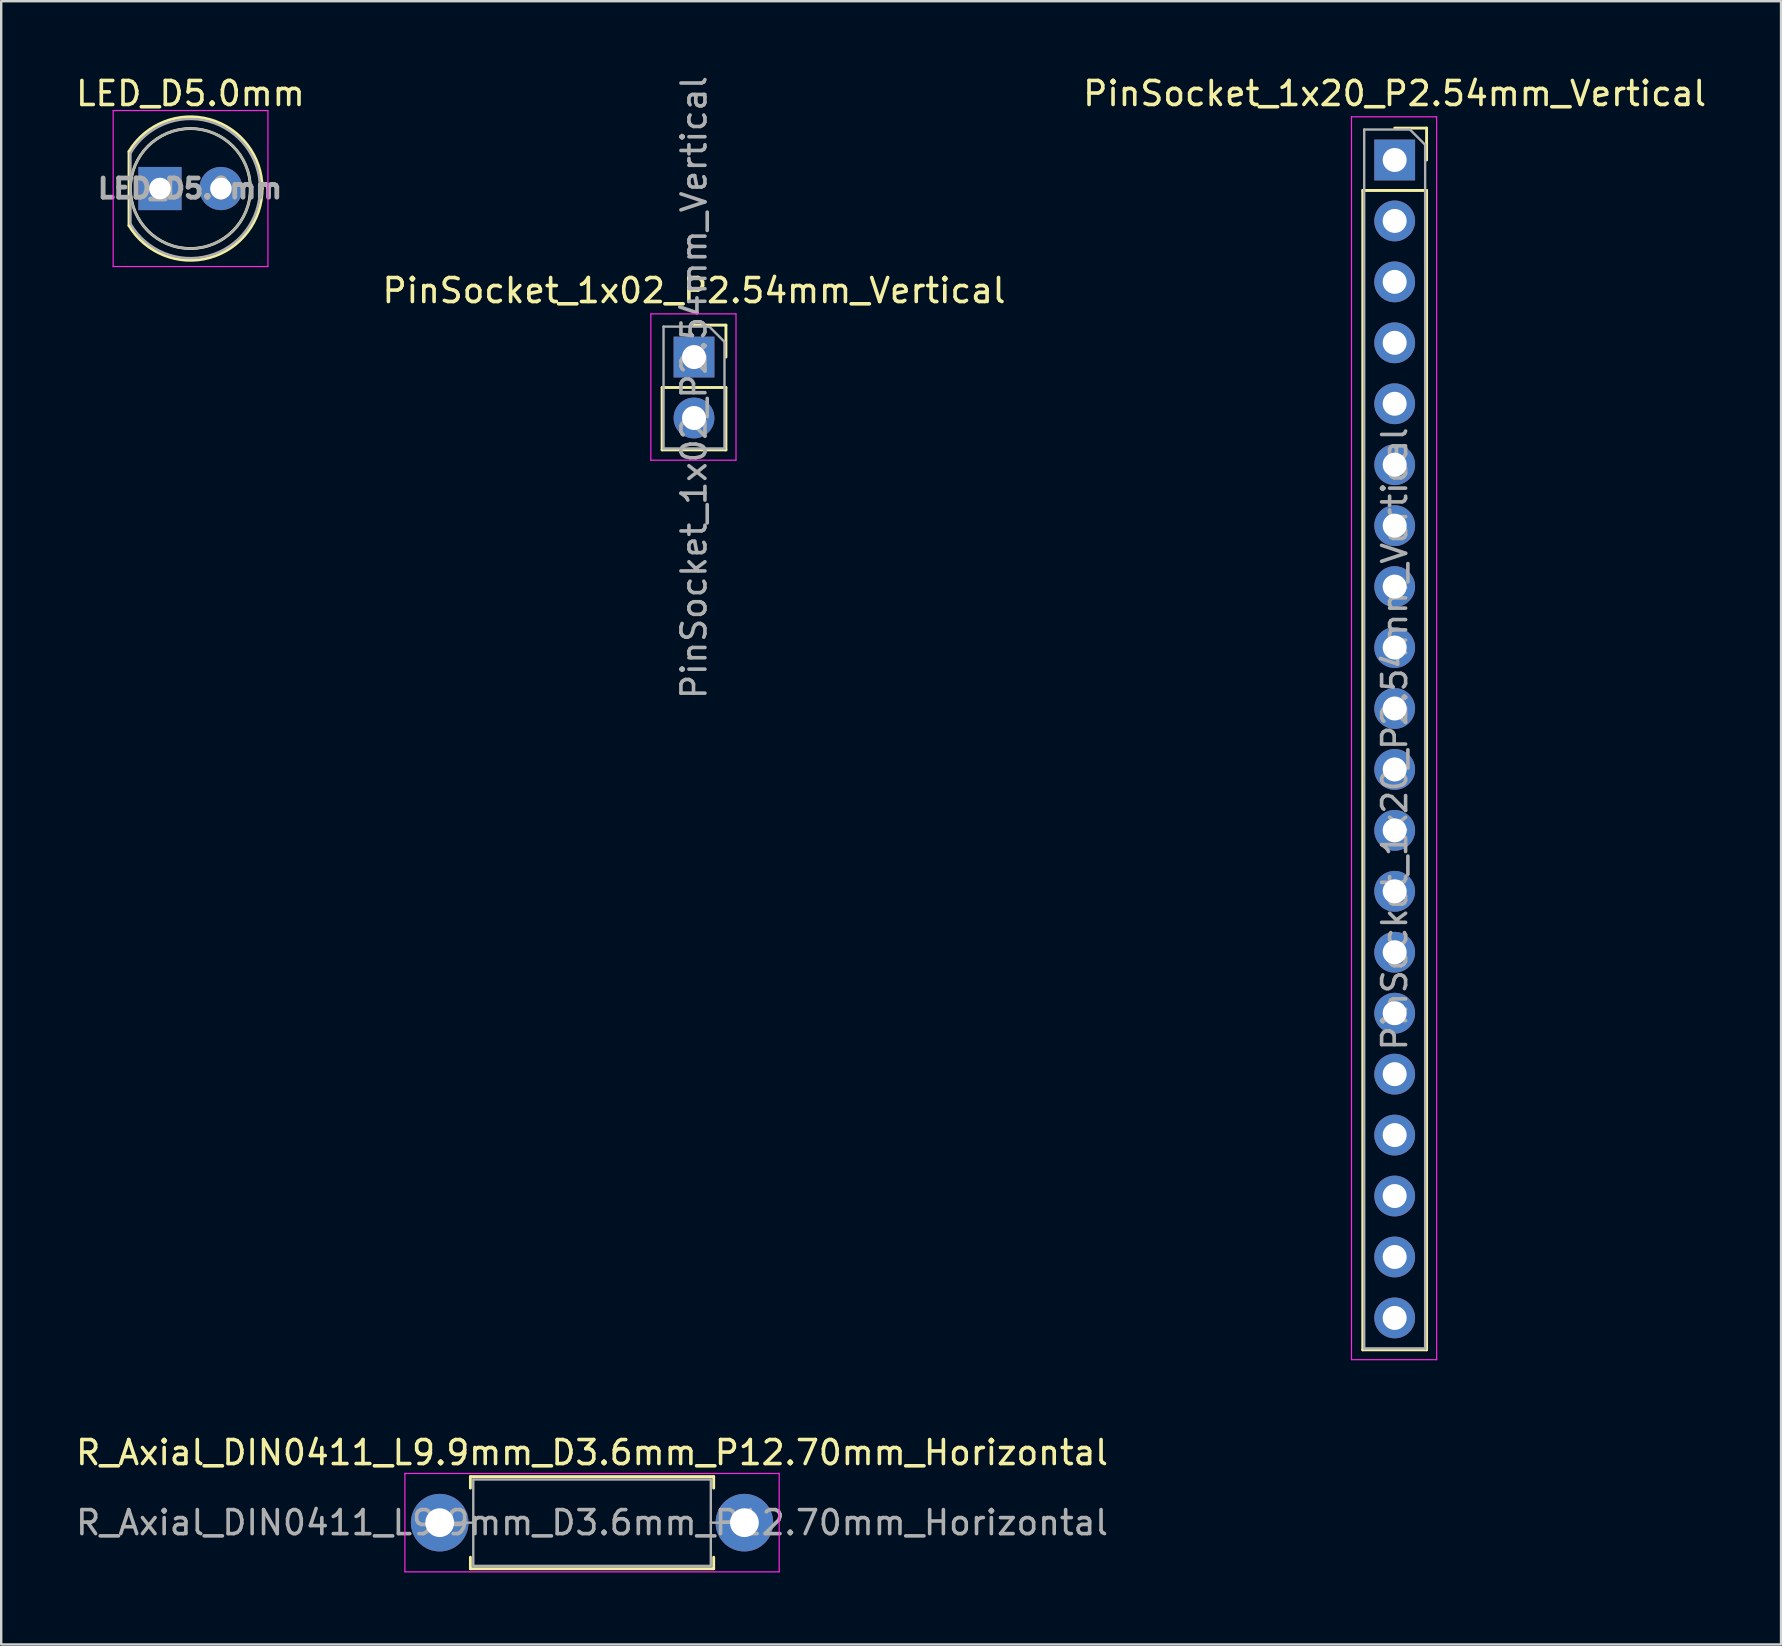
<source format=kicad_pcb>
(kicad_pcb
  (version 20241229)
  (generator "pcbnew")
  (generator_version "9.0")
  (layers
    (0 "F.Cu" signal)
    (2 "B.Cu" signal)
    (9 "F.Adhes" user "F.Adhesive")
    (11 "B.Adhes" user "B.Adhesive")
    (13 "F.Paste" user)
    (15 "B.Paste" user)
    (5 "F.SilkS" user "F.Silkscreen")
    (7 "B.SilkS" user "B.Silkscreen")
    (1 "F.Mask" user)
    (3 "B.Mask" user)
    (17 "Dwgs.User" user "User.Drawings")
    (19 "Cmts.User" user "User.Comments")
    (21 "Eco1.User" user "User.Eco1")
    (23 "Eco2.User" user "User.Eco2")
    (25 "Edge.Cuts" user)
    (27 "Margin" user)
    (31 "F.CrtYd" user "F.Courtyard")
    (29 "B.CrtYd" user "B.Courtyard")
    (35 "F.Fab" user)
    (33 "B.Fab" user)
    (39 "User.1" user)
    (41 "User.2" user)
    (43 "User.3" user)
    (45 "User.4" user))
  (footprint "PinSocket_1x20_P2.54mm_Vertical"
    (layer "F.Cu")
    (at 55.077 3.618)
    (property "Reference" "PinSocket_1x20_P2.54mm_Vertical" (at 0 -2.77 0) (layer "F.SilkS") (effects (font (size 1 1) (thickness 0.15))))
    (attr through_hole)
    (fp_line (start -1.33 1.27) (end -1.33 49.59) (stroke (width 0.12) (type solid)) (layer "F.SilkS"))
    (fp_line (start -1.33 1.27) (end 1.33 1.27) (stroke (width 0.12) (type solid)) (layer "F.SilkS"))
    (fp_line (start -1.33 49.59) (end 1.33 49.59) (stroke (width 0.12) (type solid)) (layer "F.SilkS"))
    (fp_line (start 0 -1.33) (end 1.33 -1.33) (stroke (width 0.12) (type solid)) (layer "F.SilkS"))
    (fp_line (start 1.33 -1.33) (end 1.33 0) (stroke (width 0.12) (type solid)) (layer "F.SilkS"))
    (fp_line (start 1.33 1.27) (end 1.33 49.59) (stroke (width 0.12) (type solid)) (layer "F.SilkS"))
    (fp_line (start -1.8 -1.8) (end 1.75 -1.8) (stroke (width 0.05) (type solid)) (layer "F.CrtYd"))
    (fp_line (start -1.8 50) (end -1.8 -1.8) (stroke (width 0.05) (type solid)) (layer "F.CrtYd"))
    (fp_line (start 1.75 -1.8) (end 1.75 50) (stroke (width 0.05) (type solid)) (layer "F.CrtYd"))
    (fp_line (start 1.75 50) (end -1.8 50) (stroke (width 0.05) (type solid)) (layer "F.CrtYd"))
    (fp_line (start -1.27 -1.27) (end 0.635 -1.27) (stroke (width 0.1) (type solid)) (layer "F.Fab"))
    (fp_line (start -1.27 49.53) (end -1.27 -1.27) (stroke (width 0.1) (type solid)) (layer "F.Fab"))
    (fp_line (start 0.635 -1.27) (end 1.27 -0.635) (stroke (width 0.1) (type solid)) (layer "F.Fab"))
    (fp_line (start 1.27 -0.635) (end 1.27 49.53) (stroke (width 0.1) (type solid)) (layer "F.Fab"))
    (fp_line (start 1.27 49.53) (end -1.27 49.53) (stroke (width 0.1) (type solid)) (layer "F.Fab"))
    (fp_text user "${REFERENCE}" (at 0 24.13 90) (layer "F.Fab") (effects (font (size 1 1) (thickness 0.15))))
    (pad "1" thru_hole rect (at 0 0) (size 1.7 1.7) (drill 1) (layers "*.Cu" "*.Mask"))
    (pad "2" thru_hole oval (at 0 2.54) (size 1.7 1.7) (drill 1) (layers "*.Cu" "*.Mask"))
    (pad "3" thru_hole oval (at 0 5.08) (size 1.7 1.7) (drill 1) (layers "*.Cu" "*.Mask"))
    (pad "4" thru_hole oval (at 0 7.62) (size 1.7 1.7) (drill 1) (layers "*.Cu" "*.Mask"))
    (pad "5" thru_hole oval (at 0 10.16) (size 1.7 1.7) (drill 1) (layers "*.Cu" "*.Mask"))
    (pad "6" thru_hole oval (at 0 12.7) (size 1.7 1.7) (drill 1) (layers "*.Cu" "*.Mask"))
    (pad "7" thru_hole oval (at 0 15.24) (size 1.7 1.7) (drill 1) (layers "*.Cu" "*.Mask"))
    (pad "8" thru_hole oval (at 0 17.78) (size 1.7 1.7) (drill 1) (layers "*.Cu" "*.Mask"))
    (pad "9" thru_hole oval (at 0 20.32) (size 1.7 1.7) (drill 1) (layers "*.Cu" "*.Mask"))
    (pad "10" thru_hole oval (at 0 22.86) (size 1.7 1.7) (drill 1) (layers "*.Cu" "*.Mask"))
    (pad "11" thru_hole oval (at 0 25.4) (size 1.7 1.7) (drill 1) (layers "*.Cu" "*.Mask"))
    (pad "12" thru_hole oval (at 0 27.94) (size 1.7 1.7) (drill 1) (layers "*.Cu" "*.Mask"))
    (pad "13" thru_hole oval (at 0 30.48) (size 1.7 1.7) (drill 1) (layers "*.Cu" "*.Mask"))
    (pad "14" thru_hole oval (at 0 33.02) (size 1.7 1.7) (drill 1) (layers "*.Cu" "*.Mask"))
    (pad "15" thru_hole oval (at 0 35.56) (size 1.7 1.7) (drill 1) (layers "*.Cu" "*.Mask"))
    (pad "16" thru_hole oval (at 0 38.1) (size 1.7 1.7) (drill 1) (layers "*.Cu" "*.Mask"))
    (pad "17" thru_hole oval (at 0 40.64) (size 1.7 1.7) (drill 1) (layers "*.Cu" "*.Mask"))
    (pad "18" thru_hole oval (at 0 43.18) (size 1.7 1.7) (drill 1) (layers "*.Cu" "*.Mask"))
    (pad "19" thru_hole oval (at 0 45.72) (size 1.7 1.7) (drill 1) (layers "*.Cu" "*.Mask"))
    (pad "20" thru_hole oval (at 0 48.26) (size 1.7 1.7) (drill 1) (layers "*.Cu" "*.Mask")))
  (footprint "R_Axial_DIN0411_L9.9mm_D3.6mm_P12.70mm_Horizontal"
    (layer "F.Cu")
    (at 15.275 60.411)
    (property "Reference" "R_Axial_DIN0411_L9.9mm_D3.6mm_P12.70mm_Horizontal" (at 6.35 -2.92 180) (layer "F.SilkS") (effects (font (size 1 1) (thickness 0.15))))
    (attr through_hole)
    (fp_line (start 1.28 -1.92) (end 11.42 -1.92) (stroke (width 0.12) (type solid)) (layer "F.SilkS"))
    (fp_line (start 1.28 -1.44) (end 1.28 -1.92) (stroke (width 0.12) (type solid)) (layer "F.SilkS"))
    (fp_line (start 1.28 1.44) (end 1.28 1.92) (stroke (width 0.12) (type solid)) (layer "F.SilkS"))
    (fp_line (start 1.28 1.92) (end 11.42 1.92) (stroke (width 0.12) (type solid)) (layer "F.SilkS"))
    (fp_line (start 11.42 -1.92) (end 11.42 -1.44) (stroke (width 0.12) (type solid)) (layer "F.SilkS"))
    (fp_line (start 11.42 1.92) (end 11.42 1.44) (stroke (width 0.12) (type solid)) (layer "F.SilkS"))
    (fp_line (start -1.45 -2.05) (end -1.45 2.05) (stroke (width 0.05) (type solid)) (layer "F.CrtYd"))
    (fp_line (start -1.45 2.05) (end 14.15 2.05) (stroke (width 0.05) (type solid)) (layer "F.CrtYd"))
    (fp_line (start 14.15 -2.05) (end -1.45 -2.05) (stroke (width 0.05) (type solid)) (layer "F.CrtYd"))
    (fp_line (start 14.15 2.05) (end 14.15 -2.05) (stroke (width 0.05) (type solid)) (layer "F.CrtYd"))
    (fp_line (start 0 0) (end 1.4 0) (stroke (width 0.1) (type solid)) (layer "F.Fab"))
    (fp_line (start 1.4 -1.8) (end 1.4 1.8) (stroke (width 0.1) (type solid)) (layer "F.Fab"))
    (fp_line (start 1.4 1.8) (end 11.3 1.8) (stroke (width 0.1) (type solid)) (layer "F.Fab"))
    (fp_line (start 11.3 -1.8) (end 1.4 -1.8) (stroke (width 0.1) (type solid)) (layer "F.Fab"))
    (fp_line (start 11.3 1.8) (end 11.3 -1.8) (stroke (width 0.1) (type solid)) (layer "F.Fab"))
    (fp_line (start 12.7 0) (end 11.3 0) (stroke (width 0.1) (type solid)) (layer "F.Fab"))
    (fp_text user "${REFERENCE}" (at 6.35 0 180) (layer "F.Fab") (effects (font (size 1 1) (thickness 0.15))))
    (pad "1" thru_hole circle (at 0 0) (size 2.4 2.4) (drill 1.2) (layers "*.Cu" "*.Mask"))
    (pad "2" thru_hole oval (at 12.7 0) (size 2.4 2.4) (drill 1.2) (layers "*.Cu" "*.Mask")))
  (footprint "LED_D5.0mm"
    (layer "F.Cu")
    (at 3.617 4.808)
    (property "Reference" "LED_D5.0mm" (at 1.27 -3.96 180) (layer "F.SilkS") (effects (font (size 1 1) (thickness 0.15))))
    (attr through_hole)
    (fp_line (start -1.29 -1.545) (end -1.29 1.545) (stroke (width 0.12) (type solid)) (layer "F.SilkS"))
    (fp_arc (start -1.29 -1.54483) (mid 2.072002 -2.880433) (end 4.26 0.000462) (stroke (width 0.12) (type solid)) (layer "F.SilkS"))
    (fp_arc (start 4.26 -0.000462) (mid 2.072002 2.880433) (end -1.29 1.54483) (stroke (width 0.12) (type solid)) (layer "F.SilkS"))
    (fp_circle (center 1.27 0) (end 3.77 0) (stroke (width 0.12) (type solid)) (fill no) (layer "F.SilkS"))
    (fp_line (start -1.95 -3.25) (end -1.95 3.25) (stroke (width 0.05) (type solid)) (layer "F.CrtYd"))
    (fp_line (start -1.95 3.25) (end 4.5 3.25) (stroke (width 0.05) (type solid)) (layer "F.CrtYd"))
    (fp_line (start 4.5 -3.25) (end -1.95 -3.25) (stroke (width 0.05) (type solid)) (layer "F.CrtYd"))
    (fp_line (start 4.5 3.25) (end 4.5 -3.25) (stroke (width 0.05) (type solid)) (layer "F.CrtYd"))
    (fp_line (start -1.23 -1.47) (end -1.23 1.47) (stroke (width 0.1) (type solid)) (layer "F.Fab"))
    (fp_arc (start -1.23 -1.469694) (mid 4.17 0.000016) (end -1.230016 1.469666) (stroke (width 0.1) (type solid)) (layer "F.Fab"))
    (fp_circle (center 1.27 0) (end 3.77 0) (stroke (width 0.1) (type solid)) (fill no) (layer "F.Fab"))
    (fp_text user "${REFERENCE}" (at 1.25 0 180) (layer "F.Fab") (effects (font (size 0.8 0.8) (thickness 0.2))))
    (pad "1" thru_hole rect (at 0 0) (size 1.8 1.8) (drill 0.9) (layers "*.Cu" "*.Mask"))
    (pad "2" thru_hole circle (at 2.54 0) (size 1.8 1.8) (drill 0.9) (layers "*.Cu" "*.Mask")))
  (footprint "PinSocket_1x02_P2.54mm_Vertical"
    (layer "F.Cu")
    (at 25.875 11.831)
    (property "Reference" "PinSocket_1x02_P2.54mm_Vertical" (at 0 -2.77 0) (layer "F.SilkS") (effects (font (size 1 1) (thickness 0.15))))
    (attr through_hole)
    (fp_line (start -1.33 1.27) (end -1.33 3.87) (stroke (width 0.12) (type solid)) (layer "F.SilkS"))
    (fp_line (start -1.33 1.27) (end 1.33 1.27) (stroke (width 0.12) (type solid)) (layer "F.SilkS"))
    (fp_line (start -1.33 3.87) (end 1.33 3.87) (stroke (width 0.12) (type solid)) (layer "F.SilkS"))
    (fp_line (start 0 -1.33) (end 1.33 -1.33) (stroke (width 0.12) (type solid)) (layer "F.SilkS"))
    (fp_line (start 1.33 -1.33) (end 1.33 0) (stroke (width 0.12) (type solid)) (layer "F.SilkS"))
    (fp_line (start 1.33 1.27) (end 1.33 3.87) (stroke (width 0.12) (type solid)) (layer "F.SilkS"))
    (fp_line (start -1.8 -1.8) (end 1.75 -1.8) (stroke (width 0.05) (type solid)) (layer "F.CrtYd"))
    (fp_line (start -1.8 4.3) (end -1.8 -1.8) (stroke (width 0.05) (type solid)) (layer "F.CrtYd"))
    (fp_line (start 1.75 -1.8) (end 1.75 4.3) (stroke (width 0.05) (type solid)) (layer "F.CrtYd"))
    (fp_line (start 1.75 4.3) (end -1.8 4.3) (stroke (width 0.05) (type solid)) (layer "F.CrtYd"))
    (fp_line (start -1.27 -1.27) (end 0.635 -1.27) (stroke (width 0.1) (type solid)) (layer "F.Fab"))
    (fp_line (start -1.27 3.81) (end -1.27 -1.27) (stroke (width 0.1) (type solid)) (layer "F.Fab"))
    (fp_line (start 0.635 -1.27) (end 1.27 -0.635) (stroke (width 0.1) (type solid)) (layer "F.Fab"))
    (fp_line (start 1.27 -0.635) (end 1.27 3.81) (stroke (width 0.1) (type solid)) (layer "F.Fab"))
    (fp_line (start 1.27 3.81) (end -1.27 3.81) (stroke (width 0.1) (type solid)) (layer "F.Fab"))
    (fp_text user "${REFERENCE}" (at 0 1.27 270) (layer "F.Fab") (effects (font (size 1 1) (thickness 0.15))))
    (pad "1" thru_hole rect (at 0 0) (size 1.7 1.7) (drill 1) (layers "*.Cu" "*.Mask"))
    (pad "2" thru_hole oval (at 0 2.54) (size 1.7 1.7) (drill 1) (layers "*.Cu" "*.Mask")))
  (gr_rect
    (start -3 -3)
    (end 71.179 65.487)
    (stroke (width 0.1) (type default))
    (fill no)
    (layer "Edge.Cuts")))
</source>
